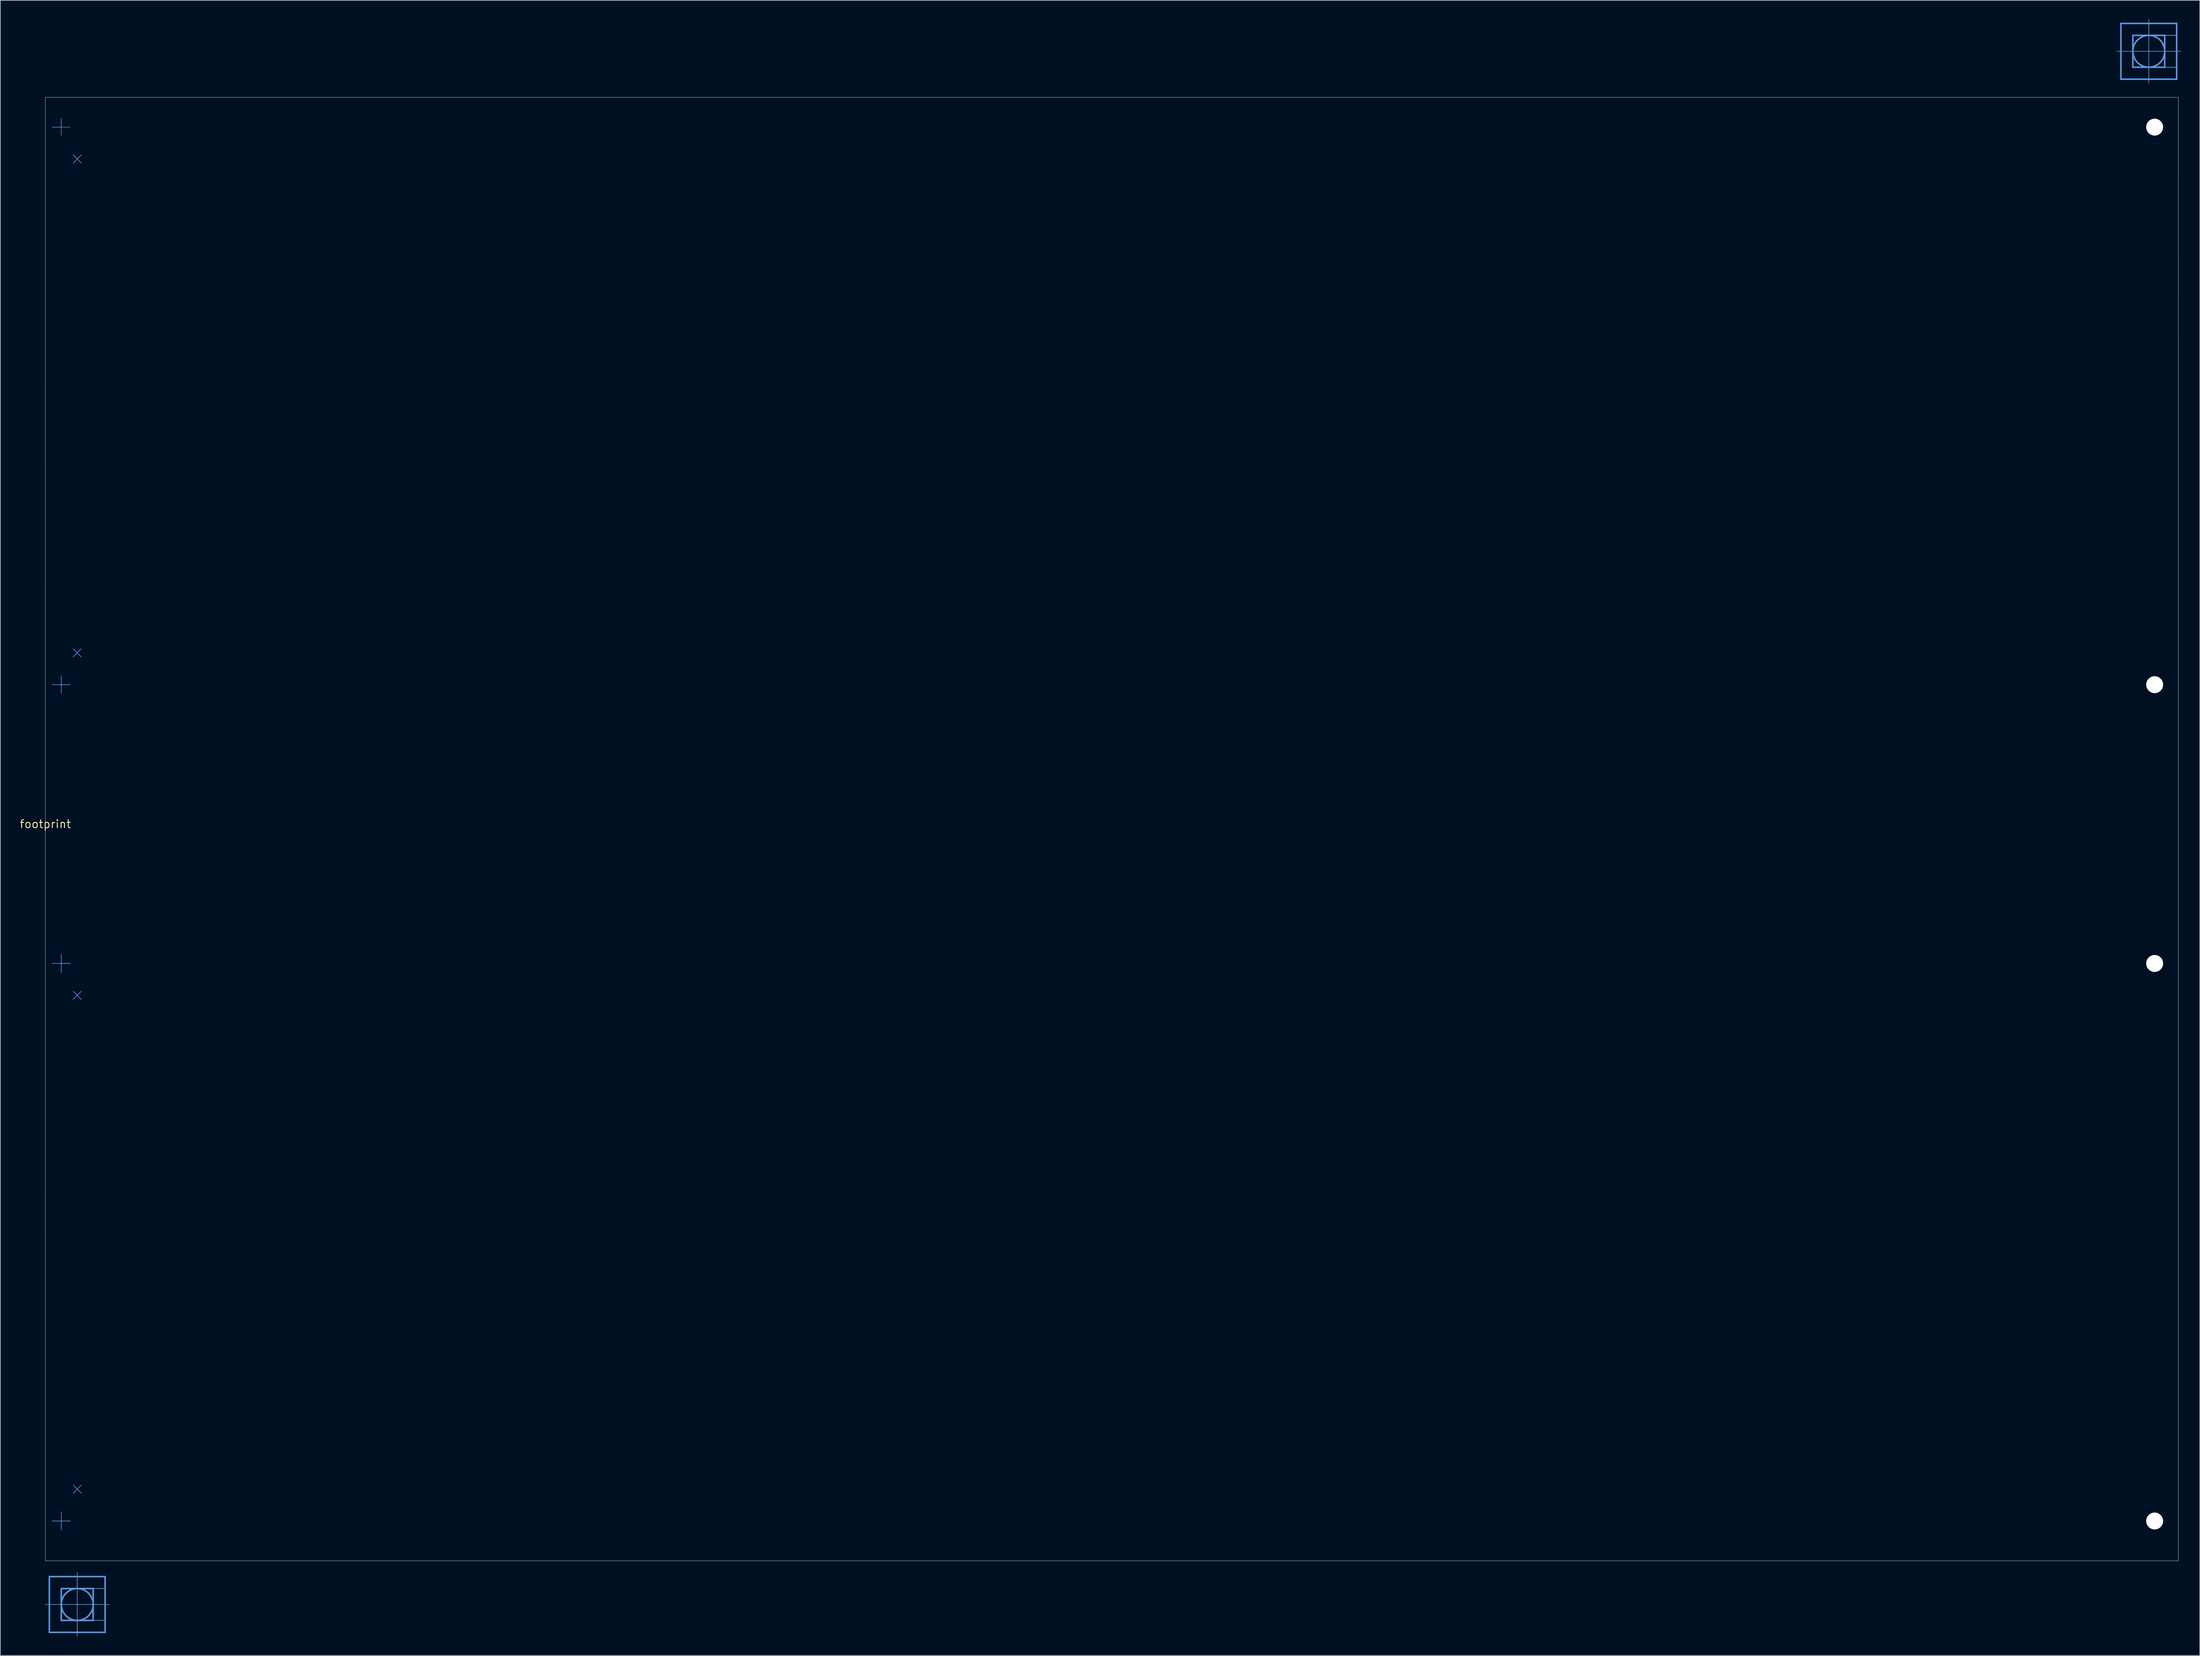
<source format=kicad_pcb>
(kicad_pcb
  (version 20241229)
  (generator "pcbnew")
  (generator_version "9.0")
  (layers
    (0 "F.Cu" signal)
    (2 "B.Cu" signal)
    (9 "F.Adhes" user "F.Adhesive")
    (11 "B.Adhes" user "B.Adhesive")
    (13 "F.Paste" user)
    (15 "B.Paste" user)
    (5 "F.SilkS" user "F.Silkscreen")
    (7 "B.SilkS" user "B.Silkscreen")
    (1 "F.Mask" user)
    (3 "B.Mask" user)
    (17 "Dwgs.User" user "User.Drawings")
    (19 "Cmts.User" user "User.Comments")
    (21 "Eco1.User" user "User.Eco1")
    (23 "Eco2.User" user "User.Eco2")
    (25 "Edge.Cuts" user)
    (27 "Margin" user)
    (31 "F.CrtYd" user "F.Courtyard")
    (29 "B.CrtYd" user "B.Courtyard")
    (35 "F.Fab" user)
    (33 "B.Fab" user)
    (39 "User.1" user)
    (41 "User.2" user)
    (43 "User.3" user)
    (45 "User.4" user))
  (footprint "footprint"
    (layer "F.Cu")
    (at 4.18 128.346)
    (property "Reference" "footprint" (at 0 0 0) (layer "F.SilkS") (effects (font (size 1.27 1.27) (thickness 0.15))))
    (fp_line (start 0 124.435) (end 0.635 124.435) (stroke (width 0.102) (type solid)) (layer "Cmts.User"))
    (fp_line (start 0.635 119.99) (end 9.525 119.99) (stroke (width 0.254) (type solid)) (layer "Cmts.User"))
    (fp_line (start 0.635 124.435) (end 0.635 119.99) (stroke (width 0.254) (type solid)) (layer "Cmts.User"))
    (fp_line (start 0.635 124.435) (end 10.16 124.435) (stroke (width 0.102) (type solid)) (layer "Cmts.User"))
    (fp_line (start 0.635 128.88) (end 0.635 124.435) (stroke (width 0.254) (type solid)) (layer "Cmts.User"))
    (fp_line (start 2.534 -111.125) (end 1.137 -111.125) (stroke (width 0.1) (type solid)) (layer "Cmts.User"))
    (fp_line (start 2.534 -111.125) (end 2.534 -112.522) (stroke (width 0.1) (type solid)) (layer "Cmts.User"))
    (fp_line (start 2.534 -22.225) (end 1.137 -22.225) (stroke (width 0.1) (type solid)) (layer "Cmts.User"))
    (fp_line (start 2.534 -22.225) (end 2.534 -23.622) (stroke (width 0.1) (type solid)) (layer "Cmts.User"))
    (fp_line (start 2.534 -22.225) (end 2.534 -20.839) (stroke (width 0.1) (type solid)) (layer "Cmts.User"))
    (fp_line (start 2.534 -22.225) (end 3.948 -22.225) (stroke (width 0.1) (type solid)) (layer "Cmts.User"))
    (fp_line (start 2.534 22.225) (end 1.087 22.225) (stroke (width 0.1) (type solid)) (layer "Cmts.User"))
    (fp_line (start 2.534 22.225) (end 2.534 20.778) (stroke (width 0.1) (type solid)) (layer "Cmts.User"))
    (fp_line (start 2.534 22.225) (end 2.534 23.661) (stroke (width 0.1) (type solid)) (layer "Cmts.User"))
    (fp_line (start 2.534 22.225) (end 3.998 22.225) (stroke (width 0.1) (type solid)) (layer "Cmts.User"))
    (fp_line (start 2.534 111.125) (end 1.087 111.125) (stroke (width 0.1) (type solid)) (layer "Cmts.User"))
    (fp_line (start 2.534 111.125) (end 2.534 109.661) (stroke (width 0.1) (type solid)) (layer "Cmts.User"))
    (fp_line (start 2.534 111.125) (end 2.534 112.561) (stroke (width 0.1) (type solid)) (layer "Cmts.User"))
    (fp_line (start 2.534 111.125) (end 3.992 111.125) (stroke (width 0.1) (type solid)) (layer "Cmts.User"))
    (fp_line (start 2.54 121.895) (end 2.54 126.975) (stroke (width 0.254) (type solid)) (layer "Cmts.User"))
    (fp_line (start 2.54 126.975) (end 7.62 126.975) (stroke (width 0.254) (type solid)) (layer "Cmts.User"))
    (fp_line (start 4.445 -106.68) (end 5.715 -105.41) (stroke (width 0.1) (type solid)) (layer "Cmts.User"))
    (fp_line (start 4.445 -105.41) (end 5.715 -106.68) (stroke (width 0.1) (type solid)) (layer "Cmts.User"))
    (fp_line (start 4.445 -27.94) (end 5.715 -26.67) (stroke (width 0.1) (type solid)) (layer "Cmts.User"))
    (fp_line (start 4.445 -26.67) (end 5.715 -27.94) (stroke (width 0.1) (type solid)) (layer "Cmts.User"))
    (fp_line (start 4.445 26.67) (end 5.715 27.94) (stroke (width 0.1) (type solid)) (layer "Cmts.User"))
    (fp_line (start 4.445 27.94) (end 5.715 26.67) (stroke (width 0.1) (type solid)) (layer "Cmts.User"))
    (fp_line (start 4.445 105.41) (end 5.715 106.68) (stroke (width 0.1) (type solid)) (layer "Cmts.User"))
    (fp_line (start 4.445 106.68) (end 5.715 105.41) (stroke (width 0.1) (type solid)) (layer "Cmts.User"))
    (fp_line (start 5.08 129.515) (end 5.08 119.355) (stroke (width 0.102) (type solid)) (layer "Cmts.User"))
    (fp_line (start 7.62 121.895) (end 2.54 121.895) (stroke (width 0.254) (type solid)) (layer "Cmts.User"))
    (fp_line (start 7.62 126.975) (end 7.62 121.895) (stroke (width 0.254) (type solid)) (layer "Cmts.User"))
    (fp_line (start 9.525 119.99) (end 9.525 128.88) (stroke (width 0.254) (type solid)) (layer "Cmts.User"))
    (fp_line (start 9.525 128.88) (end 0.635 128.88) (stroke (width 0.254) (type solid)) (layer "Cmts.User"))
    (fp_line (start 330.2 -123.215) (end 330.835 -123.215) (stroke (width 0.102) (type solid)) (layer "Cmts.User"))
    (fp_line (start 330.835 -127.66) (end 339.725 -127.66) (stroke (width 0.254) (type solid)) (layer "Cmts.User"))
    (fp_line (start 330.835 -123.215) (end 330.835 -127.66) (stroke (width 0.254) (type solid)) (layer "Cmts.User"))
    (fp_line (start 330.835 -123.215) (end 340.36 -123.215) (stroke (width 0.102) (type solid)) (layer "Cmts.User"))
    (fp_line (start 330.835 -118.77) (end 330.835 -123.215) (stroke (width 0.254) (type solid)) (layer "Cmts.User"))
    (fp_line (start 332.74 -125.755) (end 332.74 -120.675) (stroke (width 0.254) (type solid)) (layer "Cmts.User"))
    (fp_line (start 332.74 -120.675) (end 337.82 -120.675) (stroke (width 0.254) (type solid)) (layer "Cmts.User"))
    (fp_line (start 335.28 -118.135) (end 335.28 -128.295) (stroke (width 0.102) (type solid)) (layer "Cmts.User"))
    (fp_line (start 337.82 -125.755) (end 332.74 -125.755) (stroke (width 0.254) (type solid)) (layer "Cmts.User"))
    (fp_line (start 337.82 -120.675) (end 337.82 -125.755) (stroke (width 0.254) (type solid)) (layer "Cmts.User"))
    (fp_line (start 339.725 -127.66) (end 339.725 -118.77) (stroke (width 0.254) (type solid)) (layer "Cmts.User"))
    (fp_line (start 339.725 -118.77) (end 330.835 -118.77) (stroke (width 0.254) (type solid)) (layer "Cmts.User"))
    (fp_circle (center 2.534 -111.125) (end 3.931 -111.125) (stroke (width 0.001) (type solid)) (fill no) (layer "Cmts.User"))
    (fp_circle (center 2.534 -22.225) (end 3.931 -22.225) (stroke (width 0.001) (type solid)) (fill no) (layer "Cmts.User"))
    (fp_circle (center 2.534 22.225) (end 3.931 22.225) (stroke (width 0.001) (type solid)) (fill no) (layer "Cmts.User"))
    (fp_circle (center 2.534 111.125) (end 3.931 111.125) (stroke (width 0.001) (type solid)) (fill no) (layer "Cmts.User"))
    (fp_circle (center 5.08 124.435) (end 7.62 124.435) (stroke (width 0.254) (type solid)) (fill no) (layer "Cmts.User"))
    (fp_circle (center 335.28 -123.215) (end 337.82 -123.215) (stroke (width 0.254) (type solid)) (fill no) (layer "Cmts.User"))
    (fp_poly (pts (xy 5.08 121.895) (xy 9.525 121.895) (xy 9.525 119.99) (xy 5.08 119.99)) (stroke (width 0.1) (type solid)) (fill no) (layer "Cmts.User"))
    (fp_poly (pts (xy 5.08 128.88) (xy 9.525 128.88) (xy 9.525 126.975) (xy 5.08 126.975)) (stroke (width 0.1) (type solid)) (fill no) (layer "Cmts.User"))
    (fp_poly (pts (xy 7.62 126.975) (xy 9.525 126.975) (xy 9.525 121.895) (xy 7.62 121.895)) (stroke (width 0.1) (type solid)) (fill no) (layer "Cmts.User"))
    (fp_poly (pts (xy 335.28 -125.755) (xy 339.725 -125.755) (xy 339.725 -127.66) (xy 335.28 -127.66)) (stroke (width 0.1) (type solid)) (fill no) (layer "Cmts.User"))
    (fp_poly (pts (xy 335.28 -118.77) (xy 339.725 -118.77) (xy 339.725 -120.675) (xy 335.28 -120.675)) (stroke (width 0.1) (type solid)) (fill no) (layer "Cmts.User"))
    (fp_poly (pts (xy 337.82 -120.675) (xy 339.725 -120.675) (xy 339.725 -125.755) (xy 337.82 -125.755)) (stroke (width 0.1) (type solid)) (fill no) (layer "Cmts.User"))
    (fp_line (start -0.006 -115.875) (end 0 117.475) (stroke (width 0.05) (type solid)) (layer "Edge.Cuts"))
    (fp_line (start 0 117.475) (end 340 117.475) (stroke (width 0.05) (type solid)) (layer "Edge.Cuts"))
    (fp_line (start 2.534 -111.125) (end 2.534 -109.739) (stroke (width 0.05) (type solid)) (layer "Edge.Cuts"))
    (fp_line (start 2.534 -111.125) (end 3.948 -111.125) (stroke (width 0.05) (type solid)) (layer "Edge.Cuts"))
    (fp_line (start 339.994 -115.875) (end -0.006 -115.875) (stroke (width 0.05) (type solid)) (layer "Edge.Cuts"))
    (fp_line (start 339.994 -115.875) (end 340 117.475) (stroke (width 0.05) (type solid)) (layer "Edge.Cuts"))
    (pad "" np_thru_hole circle (at 336.214 -111.125) (size 2.7 2.7) (drill 2.7) (layers "*.Cu" "*.Mask"))
    (pad "" np_thru_hole circle (at 336.214 -22.225) (size 2.7 2.7) (drill 2.7) (layers "*.Cu" "*.Mask"))
    (pad "" np_thru_hole circle (at 336.214 22.225) (size 2.7 2.7) (drill 2.7) (layers "*.Cu" "*.Mask"))
    (pad "" np_thru_hole circle (at 336.214 111.125) (size 2.7 2.7) (drill 2.7) (layers "*.Cu" "*.Mask"))
    (zone (net_name "") (layer "F.Cu") (hatch edge 0.508) (connect_pads) (min_thickness 0.254) (filled_areas_thickness no) (keepout (tracks not_allowed) (vias not_allowed) (pads not_allowed) (copperpour not_allowed) (footprints allowed)) (placement (enabled no)) (fill) (polygon (pts (xy 4.174 14.971) (xy 344.174 14.971) (xy 344.174 12.471) (xy 4.174 12.471))))
    (zone (net_name "") (layer "F.Cu") (hatch edge 0.508) (connect_pads) (min_thickness 0.254) (filled_areas_thickness no) (keepout (tracks not_allowed) (vias not_allowed) (pads not_allowed) (copperpour not_allowed) (footprints allowed)) (placement (enabled no)) (fill) (polygon (pts (xy 4.18 245.821) (xy 344.18 245.821) (xy 344.18 243.321) (xy 4.18 243.321))))
    (zone (net_name "") (layer "B.Cu") (hatch edge 0.508) (connect_pads) (min_thickness 0.254) (filled_areas_thickness no) (keepout (tracks not_allowed) (vias not_allowed) (pads not_allowed) (copperpour not_allowed) (footprints allowed)) (placement (enabled no)) (fill) (polygon (pts (xy 4.174 14.971) (xy 344.174 14.971) (xy 344.174 12.471) (xy 4.174 12.471))))
    (zone (net_name "") (layer "B.Cu") (hatch edge 0.508) (connect_pads) (min_thickness 0.254) (filled_areas_thickness no) (keepout (tracks not_allowed) (vias not_allowed) (pads not_allowed) (copperpour not_allowed) (footprints allowed)) (placement (enabled no)) (fill) (polygon (pts (xy 4.18 245.821) (xy 344.18 245.821) (xy 344.18 243.321) (xy 4.18 243.321)))))
  (gr_rect
    (start -3 -3)
    (end 347.591 260.912)
    (stroke (width 0.1) (type default))
    (fill no)
    (layer "Edge.Cuts")))
</source>
